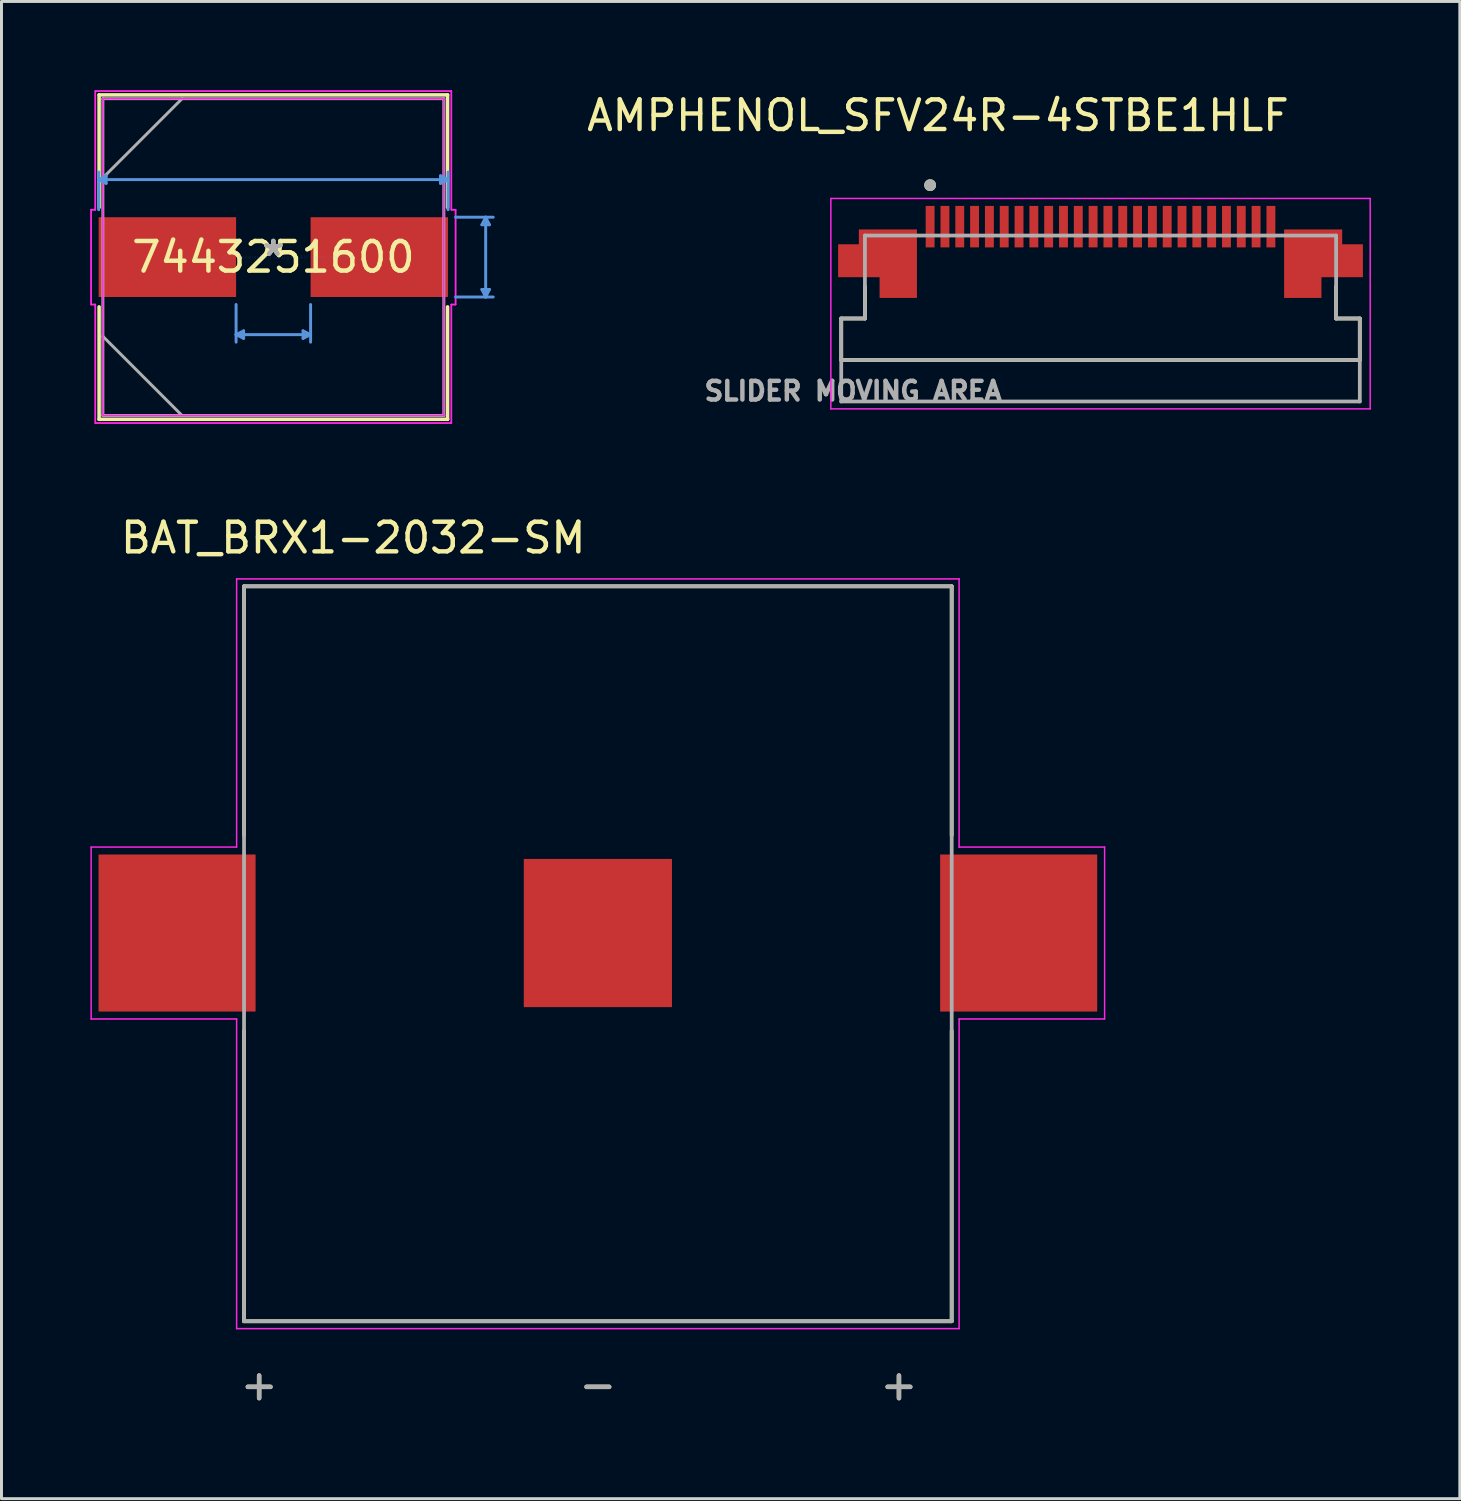
<source format=kicad_pcb>
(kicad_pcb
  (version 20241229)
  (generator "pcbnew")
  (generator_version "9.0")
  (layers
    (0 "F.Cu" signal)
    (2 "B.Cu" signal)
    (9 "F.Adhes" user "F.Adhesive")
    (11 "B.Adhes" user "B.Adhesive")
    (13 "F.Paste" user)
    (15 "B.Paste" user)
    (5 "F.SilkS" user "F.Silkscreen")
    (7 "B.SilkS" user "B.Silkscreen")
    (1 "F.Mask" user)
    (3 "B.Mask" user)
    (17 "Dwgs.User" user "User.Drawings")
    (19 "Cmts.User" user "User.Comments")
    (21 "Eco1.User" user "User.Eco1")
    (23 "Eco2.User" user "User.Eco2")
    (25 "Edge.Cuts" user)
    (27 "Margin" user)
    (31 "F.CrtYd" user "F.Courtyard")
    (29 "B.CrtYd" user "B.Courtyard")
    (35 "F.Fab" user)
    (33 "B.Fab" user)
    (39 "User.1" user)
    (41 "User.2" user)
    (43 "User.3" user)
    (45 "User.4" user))
  (footprint "7443251600"
    (layer "F.Cu")
    (at 6.174 5.626)
    (property "Reference" "7443251600" (at 0 0 0) (layer "F.SilkS") (effects (font (size 1 1) (thickness 0.15))))
    (attr through_hole)
    (fp_line (start -5.88 -5.474) (end -5.88 -1.679) (stroke (width 0.12) (type solid)) (layer "F.SilkS"))
    (fp_line (start -5.88 1.679) (end -5.88 5.474) (stroke (width 0.12) (type solid)) (layer "F.SilkS"))
    (fp_line (start -5.88 5.474) (end 5.88 5.474) (stroke (width 0.12) (type solid)) (layer "F.SilkS"))
    (fp_line (start 5.88 -5.474) (end -5.88 -5.474) (stroke (width 0.12) (type solid)) (layer "F.SilkS"))
    (fp_line (start 5.88 -1.679) (end 5.88 -5.474) (stroke (width 0.12) (type solid)) (layer "F.SilkS"))
    (fp_line (start 5.88 5.474) (end 5.88 1.679) (stroke (width 0.12) (type solid)) (layer "F.SilkS"))
    (fp_line (start -5.895 -2.616) (end -5.641 -2.743) (stroke (width 0.1) (type solid)) (layer "Cmts.User"))
    (fp_line (start -5.895 -2.616) (end 5.895 -2.616) (stroke (width 0.1) (type solid)) (layer "Cmts.User"))
    (fp_line (start -5.895 -1.6) (end -5.895 -2.87) (stroke (width 0.1) (type solid)) (layer "Cmts.User"))
    (fp_line (start -5.641 -2.743) (end -5.641 -2.489) (stroke (width 0.1) (type solid)) (layer "Cmts.User"))
    (fp_line (start -5.641 -2.489) (end -5.895 -2.616) (stroke (width 0.1) (type solid)) (layer "Cmts.User"))
    (fp_line (start -1.257 1.6) (end -1.257 2.87) (stroke (width 0.1) (type solid)) (layer "Cmts.User"))
    (fp_line (start -1.257 2.616) (end -1.003 2.743) (stroke (width 0.1) (type solid)) (layer "Cmts.User"))
    (fp_line (start -1.257 2.616) (end 1.257 2.616) (stroke (width 0.1) (type solid)) (layer "Cmts.User"))
    (fp_line (start -1.003 2.489) (end -1.257 2.616) (stroke (width 0.1) (type solid)) (layer "Cmts.User"))
    (fp_line (start -1.003 2.743) (end -1.003 2.489) (stroke (width 0.1) (type solid)) (layer "Cmts.User"))
    (fp_line (start 1.003 2.489) (end 1.257 2.616) (stroke (width 0.1) (type solid)) (layer "Cmts.User"))
    (fp_line (start 1.003 2.743) (end 1.003 2.489) (stroke (width 0.1) (type solid)) (layer "Cmts.User"))
    (fp_line (start 1.257 1.6) (end 1.257 2.87) (stroke (width 0.1) (type solid)) (layer "Cmts.User"))
    (fp_line (start 1.257 2.616) (end 1.003 2.743) (stroke (width 0.1) (type solid)) (layer "Cmts.User"))
    (fp_line (start 5.641 -2.743) (end 5.641 -2.489) (stroke (width 0.1) (type solid)) (layer "Cmts.User"))
    (fp_line (start 5.641 -2.489) (end 5.895 -2.616) (stroke (width 0.1) (type solid)) (layer "Cmts.User"))
    (fp_line (start 5.895 -2.616) (end 5.641 -2.743) (stroke (width 0.1) (type solid)) (layer "Cmts.User"))
    (fp_line (start 5.895 -1.6) (end 5.895 -2.87) (stroke (width 0.1) (type solid)) (layer "Cmts.User"))
    (fp_line (start 6.149 -1.346) (end 7.419 -1.346) (stroke (width 0.1) (type solid)) (layer "Cmts.User"))
    (fp_line (start 6.149 1.346) (end 7.419 1.346) (stroke (width 0.1) (type solid)) (layer "Cmts.User"))
    (fp_line (start 7.038 -1.092) (end 7.292 -1.092) (stroke (width 0.1) (type solid)) (layer "Cmts.User"))
    (fp_line (start 7.038 1.092) (end 7.292 1.092) (stroke (width 0.1) (type solid)) (layer "Cmts.User"))
    (fp_line (start 7.165 -1.346) (end 7.038 -1.092) (stroke (width 0.1) (type solid)) (layer "Cmts.User"))
    (fp_line (start 7.165 -1.346) (end 7.165 1.346) (stroke (width 0.1) (type solid)) (layer "Cmts.User"))
    (fp_line (start 7.165 1.346) (end 7.038 1.092) (stroke (width 0.1) (type solid)) (layer "Cmts.User"))
    (fp_line (start 7.292 -1.092) (end 7.165 -1.346) (stroke (width 0.1) (type solid)) (layer "Cmts.User"))
    (fp_line (start 7.292 1.092) (end 7.165 1.346) (stroke (width 0.1) (type solid)) (layer "Cmts.User"))
    (fp_line (start -6.149 -1.6) (end -6.007 -1.6) (stroke (width 0.05) (type solid)) (layer "F.CrtYd"))
    (fp_line (start -6.149 -1.6) (end -6.007 -1.6) (stroke (width 0.05) (type solid)) (layer "F.CrtYd"))
    (fp_line (start -6.149 1.6) (end -6.149 -1.6) (stroke (width 0.05) (type solid)) (layer "F.CrtYd"))
    (fp_line (start -6.149 1.6) (end -6.149 -1.6) (stroke (width 0.05) (type solid)) (layer "F.CrtYd"))
    (fp_line (start -6.007 -5.601) (end 6.007 -5.601) (stroke (width 0.05) (type solid)) (layer "F.CrtYd"))
    (fp_line (start -6.007 -5.601) (end 6.007 -5.601) (stroke (width 0.05) (type solid)) (layer "F.CrtYd"))
    (fp_line (start -6.007 -1.6) (end -6.007 -5.601) (stroke (width 0.05) (type solid)) (layer "F.CrtYd"))
    (fp_line (start -6.007 -1.6) (end -6.007 -5.601) (stroke (width 0.05) (type solid)) (layer "F.CrtYd"))
    (fp_line (start -6.007 1.6) (end -6.149 1.6) (stroke (width 0.05) (type solid)) (layer "F.CrtYd"))
    (fp_line (start -6.007 1.6) (end -6.149 1.6) (stroke (width 0.05) (type solid)) (layer "F.CrtYd"))
    (fp_line (start -6.007 1.6) (end -6.007 5.601) (stroke (width 0.05) (type solid)) (layer "F.CrtYd"))
    (fp_line (start -6.007 5.601) (end -6.007 1.6) (stroke (width 0.05) (type solid)) (layer "F.CrtYd"))
    (fp_line (start -6.007 5.601) (end 6.007 5.601) (stroke (width 0.05) (type solid)) (layer "F.CrtYd"))
    (fp_line (start -5.753 -5.347) (end 5.753 -5.347) (stroke (width 0.05) (type solid)) (layer "F.CrtYd"))
    (fp_line (start -5.753 5.347) (end -5.753 -5.347) (stroke (width 0.05) (type solid)) (layer "F.CrtYd"))
    (fp_line (start 5.753 -5.347) (end 5.753 5.347) (stroke (width 0.05) (type solid)) (layer "F.CrtYd"))
    (fp_line (start 5.753 5.347) (end -5.753 5.347) (stroke (width 0.05) (type solid)) (layer "F.CrtYd"))
    (fp_line (start 6.007 -5.601) (end 6.007 -1.6) (stroke (width 0.05) (type solid)) (layer "F.CrtYd"))
    (fp_line (start 6.007 -5.601) (end 6.007 -1.6) (stroke (width 0.05) (type solid)) (layer "F.CrtYd"))
    (fp_line (start 6.007 -1.6) (end 6.149 -1.6) (stroke (width 0.05) (type solid)) (layer "F.CrtYd"))
    (fp_line (start 6.007 -1.6) (end 6.149 -1.6) (stroke (width 0.05) (type solid)) (layer "F.CrtYd"))
    (fp_line (start 6.007 1.6) (end 6.007 5.601) (stroke (width 0.05) (type solid)) (layer "F.CrtYd"))
    (fp_line (start 6.007 1.6) (end 6.149 1.6) (stroke (width 0.05) (type solid)) (layer "F.CrtYd"))
    (fp_line (start 6.007 5.601) (end -6.007 5.601) (stroke (width 0.05) (type solid)) (layer "F.CrtYd"))
    (fp_line (start 6.007 5.601) (end 6.007 1.6) (stroke (width 0.05) (type solid)) (layer "F.CrtYd"))
    (fp_line (start 6.149 -1.6) (end 6.149 1.6) (stroke (width 0.05) (type solid)) (layer "F.CrtYd"))
    (fp_line (start 6.149 -1.6) (end 6.149 1.6) (stroke (width 0.05) (type solid)) (layer "F.CrtYd"))
    (fp_line (start 6.149 1.6) (end 6.007 1.6) (stroke (width 0.05) (type solid)) (layer "F.CrtYd"))
    (fp_line (start -5.753 -5.347) (end -5.753 5.347) (stroke (width 0.1) (type solid)) (layer "F.Fab"))
    (fp_line (start -5.753 -2.673) (end -3.08 -5.347) (stroke (width 0.1) (type solid)) (layer "F.Fab"))
    (fp_line (start -5.753 2.673) (end -3.08 5.347) (stroke (width 0.1) (type solid)) (layer "F.Fab"))
    (fp_line (start -5.753 5.347) (end 5.753 5.347) (stroke (width 0.1) (type solid)) (layer "F.Fab"))
    (fp_line (start 5.753 -5.347) (end -5.753 -5.347) (stroke (width 0.1) (type solid)) (layer "F.Fab"))
    (fp_line (start 5.753 5.347) (end 5.753 -5.347) (stroke (width 0.1) (type solid)) (layer "F.Fab"))
    (fp_text user "*" (at 0 0 0) (layer "F.SilkS") (effects (font (size 1 1) (thickness 0.15))))
    (fp_text user "Copyright 2021 Accelerated Designs. All rights reserved." (at 0 0 0) (layer "Cmts.User") (effects (font (size 0.127 0.127) (thickness 0.002))))
    (fp_text user "*" (at 0 0 0) (layer "F.Fab") (effects (font (size 1 1) (thickness 0.15))))
    (pad "1" smd rect (at -3.576 0 90) (size 2.692 4.638) (layers "F.Cu" "F.Mask" "F.Paste"))
    (pad "2" smd rect (at 3.576 0 90) (size 2.692 4.638) (layers "F.Cu" "F.Mask" "F.Paste")))
  (footprint "BAT_BRX1-2032-SM"
    (layer "F.Cu")
    (at 17.125 28.435)
    (property "Reference" "BAT_BRX1-2032-SM" (at -8.255 -13.335 0) (layer "F.SilkS") (effects (font (size 1 1) (thickness 0.15))))
    (attr smd)
    (fp_line (start -11.94 -11.7) (end -11.94 -3.3) (stroke (width 0.127) (type solid)) (layer "F.SilkS"))
    (fp_line (start -11.94 3.3) (end -11.94 13.1) (stroke (width 0.127) (type solid)) (layer "F.SilkS"))
    (fp_line (start -11.94 13.1) (end 11.94 13.1) (stroke (width 0.127) (type solid)) (layer "F.SilkS"))
    (fp_line (start 11.94 -11.7) (end -11.94 -11.7) (stroke (width 0.127) (type solid)) (layer "F.SilkS"))
    (fp_line (start 11.94 -3.3) (end 11.94 -11.7) (stroke (width 0.127) (type solid)) (layer "F.SilkS"))
    (fp_line (start 11.94 13.1) (end 11.94 3.3) (stroke (width 0.127) (type solid)) (layer "F.SilkS"))
    (fp_line (start -17.1 -2.9) (end -12.19 -2.9) (stroke (width 0.05) (type solid)) (layer "F.CrtYd"))
    (fp_line (start -17.1 2.9) (end -17.1 -2.9) (stroke (width 0.05) (type solid)) (layer "F.CrtYd"))
    (fp_line (start -12.19 -11.95) (end 12.19 -11.95) (stroke (width 0.05) (type solid)) (layer "F.CrtYd"))
    (fp_line (start -12.19 -2.9) (end -12.19 -11.95) (stroke (width 0.05) (type solid)) (layer "F.CrtYd"))
    (fp_line (start -12.19 2.9) (end -17.1 2.9) (stroke (width 0.05) (type solid)) (layer "F.CrtYd"))
    (fp_line (start -12.19 13.35) (end -12.19 2.9) (stroke (width 0.05) (type solid)) (layer "F.CrtYd"))
    (fp_line (start 12.19 -11.95) (end 12.19 -2.9) (stroke (width 0.05) (type solid)) (layer "F.CrtYd"))
    (fp_line (start 12.19 -2.9) (end 17.1 -2.9) (stroke (width 0.05) (type solid)) (layer "F.CrtYd"))
    (fp_line (start 12.19 2.9) (end 12.19 13.35) (stroke (width 0.05) (type solid)) (layer "F.CrtYd"))
    (fp_line (start 12.19 13.35) (end -12.19 13.35) (stroke (width 0.05) (type solid)) (layer "F.CrtYd"))
    (fp_line (start 17.1 -2.9) (end 17.1 2.9) (stroke (width 0.05) (type solid)) (layer "F.CrtYd"))
    (fp_line (start 17.1 2.9) (end 12.19 2.9) (stroke (width 0.05) (type solid)) (layer "F.CrtYd"))
    (fp_line (start -11.94 -11.7) (end -11.94 13.1) (stroke (width 0.127) (type solid)) (layer "F.Fab"))
    (fp_line (start -11.94 13.1) (end 11.94 13.1) (stroke (width 0.127) (type solid)) (layer "F.Fab"))
    (fp_line (start 11.94 -11.7) (end -11.94 -11.7) (stroke (width 0.127) (type solid)) (layer "F.Fab"))
    (fp_line (start 11.94 13.1) (end 11.94 -11.7) (stroke (width 0.127) (type solid)) (layer "F.Fab"))
    (fp_text user "+" (at 10.16 15.24 0) (layer "F.SilkS") (effects (font (size 1 1) (thickness 0.15))))
    (fp_text user "+" (at -11.43 15.24 0) (layer "F.SilkS") (effects (font (size 1 1) (thickness 0.15))))
    (fp_text user "-" (at 0 15.24 0) (layer "F.SilkS") (effects (font (size 1 1) (thickness 0.15))))
    (fp_text user "-" (at 0 15.24 0) (layer "F.Fab") (effects (font (size 1 1) (thickness 0.15))))
    (fp_text user "+" (at 10.16 15.24 0) (layer "F.Fab") (effects (font (size 1 1) (thickness 0.15))))
    (fp_text user "+" (at -11.43 15.24 0) (layer "F.Fab") (effects (font (size 1 1) (thickness 0.15))))
    (pad "-" smd rect (at 0 0) (size 5 5) (layers "F.Cu" "F.Mask"))
    (pad "1+" smd rect (at -14.2 0) (size 5.3 5.3) (layers "F.Cu" "F.Mask" "F.Paste"))
    (pad "2+" smd rect (at 14.2 0) (size 5.3 5.3) (layers "F.Cu" "F.Mask" "F.Paste")))
  (footprint "AMPHENOL_SFV24R-4STBE1HLF"
    (layer "F.Cu")
    (at 34.087 6.998)
    (property "Reference" "AMPHENOL_SFV24R-4STBE1HLF" (at -5.485 -6.15 0) (layer "F.SilkS") (effects (font (size 1 1) (thickness 0.15))))
    (attr smd)
    (fp_poly (pts (xy -8.25 -2.4) (xy -6.1 -2.4) (xy -6.1 0.1) (xy -7.55 0.1) (xy -7.55 -0.6) (xy -8.95 -0.6) (xy -8.95 -1.9) (xy -8.25 -1.9)) (stroke (width 0.01) (type solid)) (fill yes) (layer "F.Mask"))
    (fp_poly (pts (xy 8.25 -2.4) (xy 6.1 -2.4) (xy 6.1 0.1) (xy 7.55 0.1) (xy 7.55 -0.6) (xy 8.95 -0.6) (xy 8.95 -1.9) (xy 8.25 -1.9)) (stroke (width 0.01) (type solid)) (fill yes) (layer "F.Mask"))
    (fp_line (start -8.75 0.7) (end -8.75 2.1) (stroke (width 0.127) (type solid)) (layer "F.SilkS"))
    (fp_line (start -8.75 2.1) (end 8.75 2.1) (stroke (width 0.127) (type solid)) (layer "F.SilkS"))
    (fp_line (start -7.95 -0.38) (end -7.95 0.7) (stroke (width 0.127) (type solid)) (layer "F.SilkS"))
    (fp_line (start -7.95 0.7) (end -8.75 0.7) (stroke (width 0.127) (type solid)) (layer "F.SilkS"))
    (fp_line (start 7.95 0.7) (end 7.95 -0.38) (stroke (width 0.127) (type solid)) (layer "F.SilkS"))
    (fp_line (start 8.75 0.7) (end 7.95 0.7) (stroke (width 0.127) (type solid)) (layer "F.SilkS"))
    (fp_line (start 8.75 2.1) (end 8.75 0.7) (stroke (width 0.127) (type solid)) (layer "F.SilkS"))
    (fp_circle (center -5.75 -3.8) (end -5.65 -3.8) (stroke (width 0.2) (type solid)) (fill no) (layer "F.SilkS"))
    (fp_poly (pts (xy -8.15 -2.3) (xy -6.2 -2.3) (xy -6.2 0) (xy -7.45 0) (xy -7.45 -0.7) (xy -8.85 -0.7) (xy -8.85 -1.8) (xy -8.15 -1.8)) (stroke (width 0.01) (type solid)) (fill yes) (layer "F.Paste"))
    (fp_poly (pts (xy 8.15 -2.3) (xy 6.2 -2.3) (xy 6.2 0) (xy 7.45 0) (xy 7.45 -0.7) (xy 8.85 -0.7) (xy 8.85 -1.8) (xy 8.15 -1.8)) (stroke (width 0.01) (type solid)) (fill yes) (layer "F.Paste"))
    (fp_line (start -9.1 -3.35) (end 9.1 -3.35) (stroke (width 0.05) (type solid)) (layer "F.CrtYd"))
    (fp_line (start -9.1 3.75) (end -9.1 -3.35) (stroke (width 0.05) (type solid)) (layer "F.CrtYd"))
    (fp_line (start 9.1 -3.35) (end 9.1 3.75) (stroke (width 0.05) (type solid)) (layer "F.CrtYd"))
    (fp_line (start 9.1 3.75) (end -9.1 3.75) (stroke (width 0.05) (type solid)) (layer "F.CrtYd"))
    (fp_line (start -8.75 0.7) (end -7.95 0.7) (stroke (width 0.127) (type solid)) (layer "F.Fab"))
    (fp_line (start -8.75 2.1) (end -8.75 0.7) (stroke (width 0.127) (type solid)) (layer "F.Fab"))
    (fp_line (start -8.75 2.1) (end -8.75 3.5) (stroke (width 0.127) (type solid)) (layer "F.Fab"))
    (fp_line (start -8.75 3.5) (end 8.75 3.5) (stroke (width 0.127) (type solid)) (layer "F.Fab"))
    (fp_line (start -7.95 -2.1) (end 7.95 -2.1) (stroke (width 0.127) (type solid)) (layer "F.Fab"))
    (fp_line (start -7.95 0.7) (end -7.95 -2.1) (stroke (width 0.127) (type solid)) (layer "F.Fab"))
    (fp_line (start 7.95 -2.1) (end 7.95 0.7) (stroke (width 0.127) (type solid)) (layer "F.Fab"))
    (fp_line (start 7.95 0.7) (end 8.75 0.7) (stroke (width 0.127) (type solid)) (layer "F.Fab"))
    (fp_line (start 8.75 0.7) (end 8.75 2.1) (stroke (width 0.127) (type solid)) (layer "F.Fab"))
    (fp_line (start 8.75 2.1) (end -8.75 2.1) (stroke (width 0.127) (type solid)) (layer "F.Fab"))
    (fp_line (start 8.75 3.5) (end 8.75 2.1) (stroke (width 0.127) (type solid)) (layer "F.Fab"))
    (fp_circle (center -5.75 -3.8) (end -5.65 -3.8) (stroke (width 0.2) (type solid)) (fill no) (layer "F.Fab"))
    (fp_text user "SLIDER MOVING AREA" (at -8.35 3.15 0) (layer "F.Fab") (effects (font (size 0.63 0.63) (thickness 0.15))))
    (pad "1" smd rect (at -5.75 -2.4) (size 0.3 1.4) (layers "F.Cu" "F.Mask" "F.Paste"))
    (pad "2" smd rect (at -5.25 -2.4) (size 0.3 1.4) (layers "F.Cu" "F.Mask" "F.Paste"))
    (pad "3" smd rect (at -4.75 -2.4) (size 0.3 1.4) (layers "F.Cu" "F.Mask" "F.Paste"))
    (pad "4" smd rect (at -4.25 -2.4) (size 0.3 1.4) (layers "F.Cu" "F.Mask" "F.Paste"))
    (pad "5" smd rect (at -3.75 -2.4) (size 0.3 1.4) (layers "F.Cu" "F.Mask" "F.Paste"))
    (pad "6" smd rect (at -3.25 -2.4) (size 0.3 1.4) (layers "F.Cu" "F.Mask" "F.Paste"))
    (pad "7" smd rect (at -2.75 -2.4) (size 0.3 1.4) (layers "F.Cu" "F.Mask" "F.Paste"))
    (pad "8" smd rect (at -2.25 -2.4) (size 0.3 1.4) (layers "F.Cu" "F.Mask" "F.Paste"))
    (pad "9" smd rect (at -1.75 -2.4) (size 0.3 1.4) (layers "F.Cu" "F.Mask" "F.Paste"))
    (pad "10" smd rect (at -1.25 -2.4) (size 0.3 1.4) (layers "F.Cu" "F.Mask" "F.Paste"))
    (pad "11" smd rect (at -0.75 -2.4) (size 0.3 1.4) (layers "F.Cu" "F.Mask" "F.Paste"))
    (pad "12" smd rect (at -0.25 -2.4) (size 0.3 1.4) (layers "F.Cu" "F.Mask" "F.Paste"))
    (pad "13" smd rect (at 0.25 -2.4) (size 0.3 1.4) (layers "F.Cu" "F.Mask" "F.Paste"))
    (pad "14" smd rect (at 0.75 -2.4) (size 0.3 1.4) (layers "F.Cu" "F.Mask" "F.Paste"))
    (pad "15" smd rect (at 1.25 -2.4) (size 0.3 1.4) (layers "F.Cu" "F.Mask" "F.Paste"))
    (pad "16" smd rect (at 1.75 -2.4) (size 0.3 1.4) (layers "F.Cu" "F.Mask" "F.Paste"))
    (pad "17" smd rect (at 2.25 -2.4) (size 0.3 1.4) (layers "F.Cu" "F.Mask" "F.Paste"))
    (pad "18" smd rect (at 2.75 -2.4) (size 0.3 1.4) (layers "F.Cu" "F.Mask" "F.Paste"))
    (pad "19" smd rect (at 3.25 -2.4) (size 0.3 1.4) (layers "F.Cu" "F.Mask" "F.Paste"))
    (pad "20" smd rect (at 3.75 -2.4) (size 0.3 1.4) (layers "F.Cu" "F.Mask" "F.Paste"))
    (pad "21" smd rect (at 4.25 -2.4) (size 0.3 1.4) (layers "F.Cu" "F.Mask" "F.Paste"))
    (pad "22" smd rect (at 4.75 -2.4) (size 0.3 1.4) (layers "F.Cu" "F.Mask" "F.Paste"))
    (pad "23" smd rect (at 5.25 -2.4) (size 0.3 1.4) (layers "F.Cu" "F.Mask" "F.Paste"))
    (pad "24" smd rect (at 5.75 -2.4) (size 0.3 1.4) (layers "F.Cu" "F.Mask" "F.Paste"))
    (pad "S1" smd custom (at -7.12 -1.53) (size 1 1) (layers "F.Cu") (options (anchor rect)) (primitives (gr_poly (pts (xy -1.03 -0.77) (xy 0.92 -0.77) (xy 0.92 1.53) (xy -0.33 1.53) (xy -0.33 0.83) (xy -1.73 0.83) (xy -1.73 -0.27) (xy -1.03 -0.27)) (width 0.01) (fill yes))))
    (pad "S2" smd custom (at 7.12 -1.53) (size 1 1) (layers "F.Cu") (options (anchor rect)) (primitives (gr_poly (pts (xy 1.03 -0.77) (xy -0.92 -0.77) (xy -0.92 1.53) (xy 0.33 1.53) (xy 0.33 0.83) (xy 1.73 0.83) (xy 1.73 -0.27) (xy 1.03 -0.27)) (width 0.01) (fill yes)))))
  (gr_rect
    (start -3 -3)
    (end 46.212 47.523)
    (stroke (width 0.1) (type default))
    (fill no)
    (layer "Edge.Cuts")))
</source>
